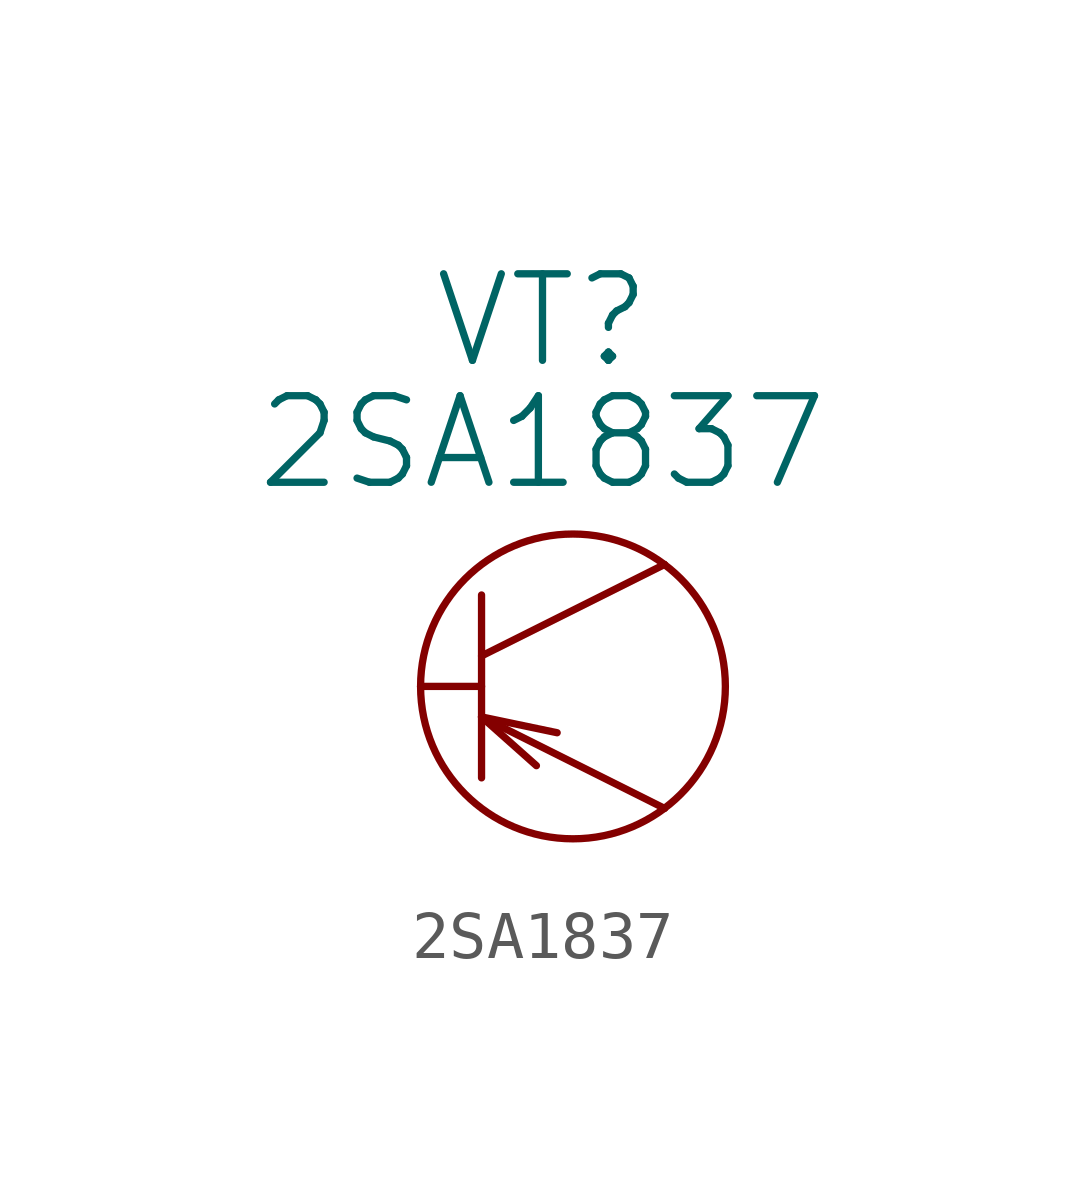
<source format=kicad_sym>
(kicad_symbol_lib
  (version 20211014)
  (generator kicad_symbol_editor)
  (symbol "2SA1837"
    (pin_numbers hide)
    (pin_names
      (offset 0))
    (property "Reference" "VT"
      (at 2.54 7.62 0)
      (effects (font (size 1.803 1.803))))
    (property "Value" "2SA1837"
      (at 2.54 5.08 0)
      (effects (font (size 1.803 1.803))))
    (property "Footprint" ""
      (at 0 0 0)
      (effects (font (size 1.524 1.524))))
    (property "Datasheet" ""
      (at 0 0 0)
      (effects (font (size 1.524 1.524))))
    (symbol "2SA1837_0_1"
      (polyline (pts (xy 1.27 -0.635) (xy 2.413 -1.651)) (stroke (width 0) (type default) (color 0 0 0 0)) (fill (type none)))
      (polyline (pts (xy 1.27 -0.635) (xy 2.845 -0.965)) (stroke (width 0) (type default) (color 0 0 0 0)) (fill (type none)))
      (polyline (pts (xy 1.27 0) (xy 0 0)) (stroke (width 0) (type default) (color 0 0 0 0)) (fill (type none)))
      (polyline (pts (xy 1.27 0.635) (xy 5.08 2.54)) (stroke (width 0) (type default) (color 0 0 0 0)) (fill (type none)))
      (polyline (pts (xy 1.27 1.905) (xy 1.27 -1.905)) (stroke (width 0) (type default) (color 0 0 0 0)) (fill (type none)))
      (polyline (pts (xy 5.08 -2.54) (xy 1.27 -0.635)) (stroke (width 0) (type default) (color 0 0 0 0)) (fill (type none)))
      (circle (center 3.175 0) (radius 3.175) (stroke (width 0) (type default) (color 0 0 0 0)) (fill (type none))))
    (symbol "2SA1837_1_1"
      (pin input line (at 0 0 0) (length 0) (name "~" (effects (font (size 1.27 1.27)))) (number "1" (effects (font (size 1.27 1.27)))))
      (pin output line (at 5.08 2.54 180) (length 0) (name "~" (effects (font (size 1.27 1.27)))) (number "2" (effects (font (size 1.27 1.27)))))
      (pin input line (at 5.08 -2.54 180) (length 0) (name "~" (effects (font (size 1.27 1.27)))) (number "3" (effects (font (size 1.27 1.27))))))))
</source>
